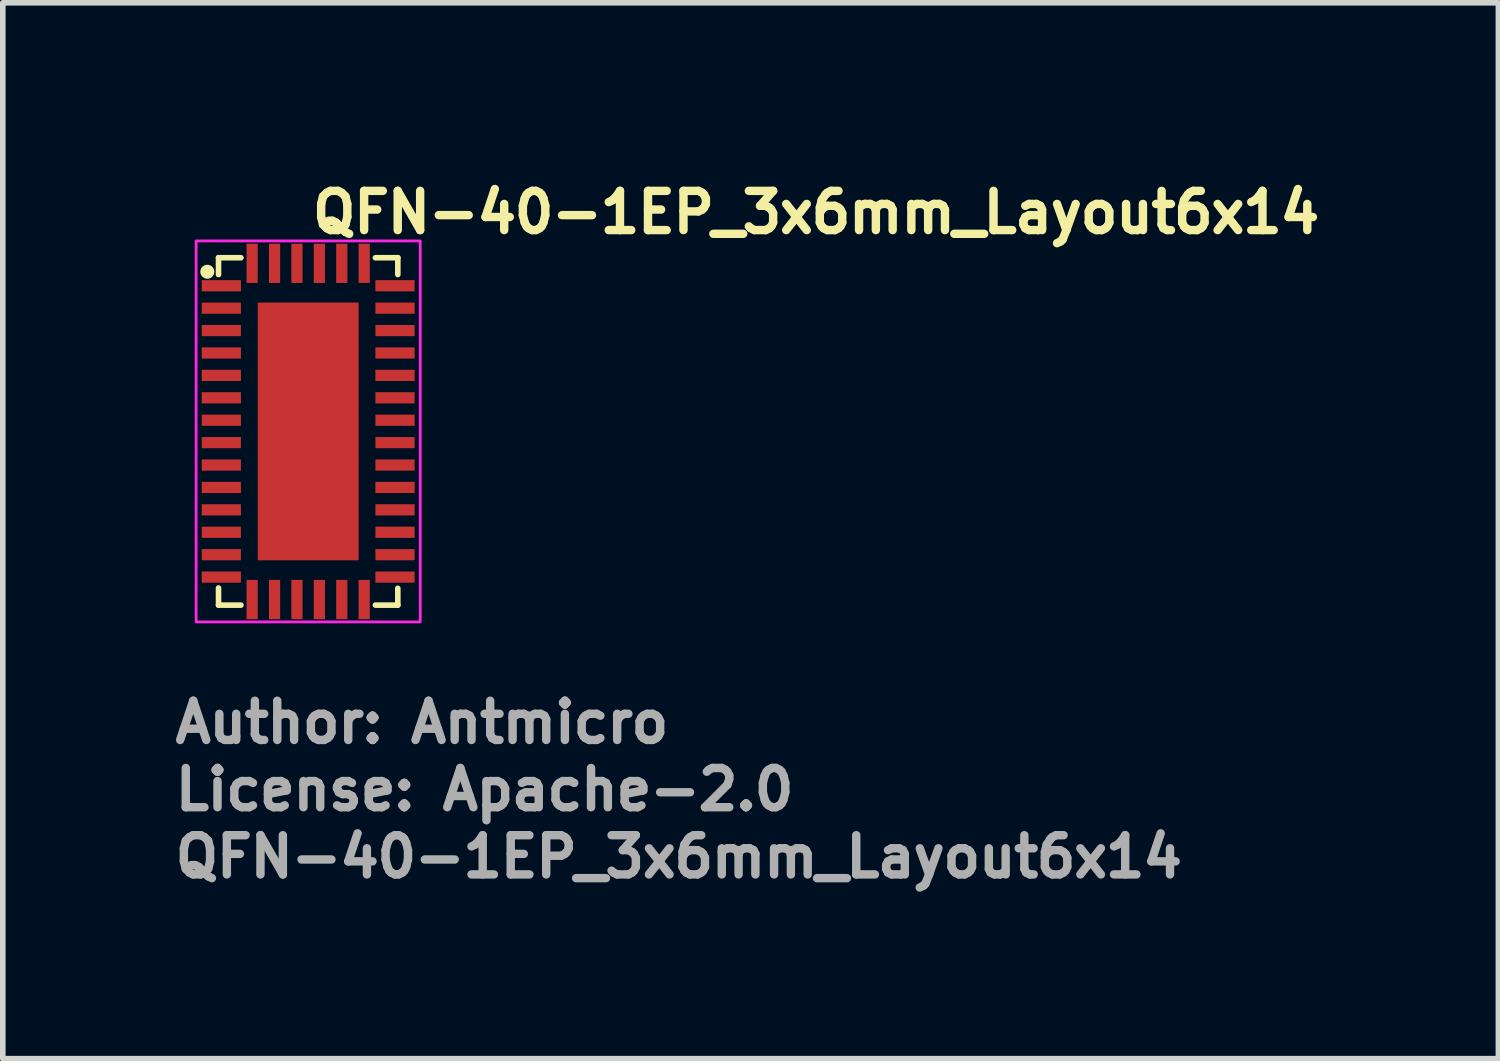
<source format=kicad_pcb>
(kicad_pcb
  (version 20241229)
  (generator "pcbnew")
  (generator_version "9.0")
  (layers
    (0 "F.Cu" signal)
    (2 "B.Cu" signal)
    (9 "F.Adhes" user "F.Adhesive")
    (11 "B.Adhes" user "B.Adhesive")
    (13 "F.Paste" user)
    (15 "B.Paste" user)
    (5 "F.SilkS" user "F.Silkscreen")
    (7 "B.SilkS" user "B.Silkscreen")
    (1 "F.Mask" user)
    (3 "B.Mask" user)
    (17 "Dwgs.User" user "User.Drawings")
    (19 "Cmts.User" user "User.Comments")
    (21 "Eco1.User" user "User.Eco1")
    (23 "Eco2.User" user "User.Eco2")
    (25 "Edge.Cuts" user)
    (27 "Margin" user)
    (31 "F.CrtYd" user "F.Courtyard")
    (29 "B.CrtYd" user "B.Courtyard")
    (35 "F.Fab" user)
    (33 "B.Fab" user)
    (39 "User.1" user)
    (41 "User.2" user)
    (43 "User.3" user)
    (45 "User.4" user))
  (footprint "QFN-40-1EP_3x6mm_Layout6x14"
    (layer "F.Cu")
    (at 2.45 4.65)
    (property "Reference" "QFN-40-1EP_3x6mm_Layout6x14" (at 0 -3.5 0) (layer "F.SilkS") (effects (font (size 0.7 0.7) (thickness 0.15)) (justify left bottom)))
    (attr smd)
    (fp_line (start -1.6 -3.1) (end -1.2 -3.1) (stroke (width 0.1) (type default)) (layer "F.SilkS"))
    (fp_line (start -1.6 -2.8) (end -1.6 -3.1) (stroke (width 0.1) (type default)) (layer "F.SilkS"))
    (fp_line (start -1.6 3.1) (end -1.6 2.794) (stroke (width 0.1) (type default)) (layer "F.SilkS"))
    (fp_line (start -1.2 3.1) (end -1.6 3.1) (stroke (width 0.1) (type default)) (layer "F.SilkS"))
    (fp_line (start 1.2 -3.1) (end 1.6 -3.1) (stroke (width 0.1) (type default)) (layer "F.SilkS"))
    (fp_line (start 1.6 -3.1) (end 1.6 -2.8) (stroke (width 0.1) (type default)) (layer "F.SilkS"))
    (fp_line (start 1.6 2.8) (end 1.6 3.1) (stroke (width 0.1) (type default)) (layer "F.SilkS"))
    (fp_line (start 1.6 3.1) (end 1.2 3.1) (stroke (width 0.1) (type default)) (layer "F.SilkS"))
    (fp_circle (center -1.8 -2.85) (end -1.75 -2.85) (stroke (width 0.15) (type solid)) (fill yes) (layer "F.SilkS"))
    (fp_rect (start -2 -3.4) (end 2 3.4) (stroke (width 0.05) (type solid)) (fill no) (layer "F.CrtYd"))
    (fp_rect (start -1.55 -3.05) (end 1.55 3.05) (stroke (width 0.1) (type solid)) (fill no) (layer "User.5"))
    (fp_line (start -1.55 -2.7) (end -1.5 -2.7) (stroke (width 0.02) (type solid)) (layer "User.9"))
    (fp_line (start -1.55 -2.5) (end -1.55 -2.7) (stroke (width 0.02) (type solid)) (layer "User.9"))
    (fp_line (start -1.55 -2.5) (end -1.5 -2.5) (stroke (width 0.02) (type solid)) (layer "User.9"))
    (fp_line (start -1.55 -2.3) (end -1.5 -2.3) (stroke (width 0.02) (type solid)) (layer "User.9"))
    (fp_line (start -1.55 -2.1) (end -1.55 -2.3) (stroke (width 0.02) (type solid)) (layer "User.9"))
    (fp_line (start -1.55 -2.1) (end -1.5 -2.1) (stroke (width 0.02) (type solid)) (layer "User.9"))
    (fp_line (start -1.55 -1.9) (end -1.5 -1.9) (stroke (width 0.02) (type solid)) (layer "User.9"))
    (fp_line (start -1.55 -1.7) (end -1.55 -1.9) (stroke (width 0.02) (type solid)) (layer "User.9"))
    (fp_line (start -1.55 -1.7) (end -1.5 -1.7) (stroke (width 0.02) (type solid)) (layer "User.9"))
    (fp_line (start -1.55 -1.5) (end -1.5 -1.5) (stroke (width 0.02) (type solid)) (layer "User.9"))
    (fp_line (start -1.55 -1.3) (end -1.55 -1.5) (stroke (width 0.02) (type solid)) (layer "User.9"))
    (fp_line (start -1.55 -1.3) (end -1.5 -1.3) (stroke (width 0.02) (type solid)) (layer "User.9"))
    (fp_line (start -1.55 -1.1) (end -1.5 -1.1) (stroke (width 0.02) (type solid)) (layer "User.9"))
    (fp_line (start -1.55 -0.9) (end -1.55 -1.1) (stroke (width 0.02) (type solid)) (layer "User.9"))
    (fp_line (start -1.55 -0.9) (end -1.5 -0.9) (stroke (width 0.02) (type solid)) (layer "User.9"))
    (fp_line (start -1.55 -0.7) (end -1.5 -0.7) (stroke (width 0.02) (type solid)) (layer "User.9"))
    (fp_line (start -1.55 -0.5) (end -1.55 -0.7) (stroke (width 0.02) (type solid)) (layer "User.9"))
    (fp_line (start -1.55 -0.5) (end -1.5 -0.5) (stroke (width 0.02) (type solid)) (layer "User.9"))
    (fp_line (start -1.55 -0.3) (end -1.5 -0.3) (stroke (width 0.02) (type solid)) (layer "User.9"))
    (fp_line (start -1.55 -0.1) (end -1.55 -0.3) (stroke (width 0.02) (type solid)) (layer "User.9"))
    (fp_line (start -1.55 -0.1) (end -1.5 -0.1) (stroke (width 0.02) (type solid)) (layer "User.9"))
    (fp_line (start -1.55 0.1) (end -1.5 0.1) (stroke (width 0.02) (type solid)) (layer "User.9"))
    (fp_line (start -1.55 0.3) (end -1.55 0.1) (stroke (width 0.02) (type solid)) (layer "User.9"))
    (fp_line (start -1.55 0.3) (end -1.5 0.3) (stroke (width 0.02) (type solid)) (layer "User.9"))
    (fp_line (start -1.55 0.5) (end -1.5 0.5) (stroke (width 0.02) (type solid)) (layer "User.9"))
    (fp_line (start -1.55 0.7) (end -1.55 0.5) (stroke (width 0.02) (type solid)) (layer "User.9"))
    (fp_line (start -1.55 0.7) (end -1.5 0.7) (stroke (width 0.02) (type solid)) (layer "User.9"))
    (fp_line (start -1.55 0.9) (end -1.5 0.9) (stroke (width 0.02) (type solid)) (layer "User.9"))
    (fp_line (start -1.55 1.1) (end -1.55 0.9) (stroke (width 0.02) (type solid)) (layer "User.9"))
    (fp_line (start -1.55 1.1) (end -1.5 1.1) (stroke (width 0.02) (type solid)) (layer "User.9"))
    (fp_line (start -1.55 1.3) (end -1.5 1.3) (stroke (width 0.02) (type solid)) (layer "User.9"))
    (fp_line (start -1.55 1.5) (end -1.55 1.3) (stroke (width 0.02) (type solid)) (layer "User.9"))
    (fp_line (start -1.55 1.5) (end -1.5 1.5) (stroke (width 0.02) (type solid)) (layer "User.9"))
    (fp_line (start -1.55 1.7) (end -1.5 1.7) (stroke (width 0.02) (type solid)) (layer "User.9"))
    (fp_line (start -1.55 1.9) (end -1.55 1.7) (stroke (width 0.02) (type solid)) (layer "User.9"))
    (fp_line (start -1.55 1.9) (end -1.5 1.9) (stroke (width 0.02) (type solid)) (layer "User.9"))
    (fp_line (start -1.55 2.1) (end -1.5 2.1) (stroke (width 0.02) (type solid)) (layer "User.9"))
    (fp_line (start -1.55 2.3) (end -1.55 2.1) (stroke (width 0.02) (type solid)) (layer "User.9"))
    (fp_line (start -1.55 2.3) (end -1.5 2.3) (stroke (width 0.02) (type solid)) (layer "User.9"))
    (fp_line (start -1.55 2.5) (end -1.5 2.5) (stroke (width 0.02) (type solid)) (layer "User.9"))
    (fp_line (start -1.55 2.7) (end -1.55 2.5) (stroke (width 0.02) (type solid)) (layer "User.9"))
    (fp_line (start -1.55 2.7) (end -1.5 2.7) (stroke (width 0.02) (type solid)) (layer "User.9"))
    (fp_line (start -1.5 -3) (end 1.5 -3) (stroke (width 0.02) (type solid)) (layer "User.9"))
    (fp_line (start -1.5 3) (end -1.5 -3) (stroke (width 0.02) (type solid)) (layer "User.9"))
    (fp_line (start -1.5 3) (end 1.5 3) (stroke (width 0.02) (type solid)) (layer "User.9"))
    (fp_line (start -1.312 -2.644) (end -1.312 -2.635) (stroke (width 0.02) (type solid)) (layer "User.9"))
    (fp_line (start -1.312 -2.635) (end -1.312 -2.625) (stroke (width 0.02) (type solid)) (layer "User.9"))
    (fp_line (start -1.312 -2.625) (end -1.312 -2.615) (stroke (width 0.02) (type solid)) (layer "User.9"))
    (fp_line (start -1.312 -2.615) (end -1.312 -2.606) (stroke (width 0.02) (type solid)) (layer "User.9"))
    (fp_line (start -1.312 -2.606) (end -1.31 -2.596) (stroke (width 0.02) (type solid)) (layer "User.9"))
    (fp_line (start -1.31 -2.654) (end -1.312 -2.644) (stroke (width 0.02) (type solid)) (layer "User.9"))
    (fp_line (start -1.31 -2.596) (end -1.309 -2.587) (stroke (width 0.02) (type solid)) (layer "User.9"))
    (fp_line (start -1.309 -2.663) (end -1.31 -2.654) (stroke (width 0.02) (type solid)) (layer "User.9"))
    (fp_line (start -1.309 -2.587) (end -1.307 -2.578) (stroke (width 0.02) (type solid)) (layer "User.9"))
    (fp_line (start -1.307 -2.672) (end -1.309 -2.663) (stroke (width 0.02) (type solid)) (layer "User.9"))
    (fp_line (start -1.307 -2.578) (end -1.304 -2.569) (stroke (width 0.02) (type solid)) (layer "User.9"))
    (fp_line (start -1.304 -2.681) (end -1.307 -2.672) (stroke (width 0.02) (type solid)) (layer "User.9"))
    (fp_line (start -1.304 -2.569) (end -1.301 -2.561) (stroke (width 0.02) (type solid)) (layer "User.9"))
    (fp_line (start -1.301 -2.689) (end -1.304 -2.681) (stroke (width 0.02) (type solid)) (layer "User.9"))
    (fp_line (start -1.301 -2.561) (end -1.298 -2.552) (stroke (width 0.02) (type solid)) (layer "User.9"))
    (fp_line (start -1.298 -2.698) (end -1.301 -2.689) (stroke (width 0.02) (type solid)) (layer "User.9"))
    (fp_line (start -1.298 -2.552) (end -1.294 -2.544) (stroke (width 0.02) (type solid)) (layer "User.9"))
    (fp_line (start -1.294 -2.706) (end -1.298 -2.698) (stroke (width 0.02) (type solid)) (layer "User.9"))
    (fp_line (start -1.294 -2.544) (end -1.29 -2.536) (stroke (width 0.02) (type solid)) (layer "User.9"))
    (fp_line (start -1.29 -2.714) (end -1.294 -2.706) (stroke (width 0.02) (type solid)) (layer "User.9"))
    (fp_line (start -1.29 -2.536) (end -1.285 -2.528) (stroke (width 0.02) (type solid)) (layer "User.9"))
    (fp_line (start -1.285 -2.722) (end -1.29 -2.714) (stroke (width 0.02) (type solid)) (layer "User.9"))
    (fp_line (start -1.285 -2.528) (end -1.28 -2.52) (stroke (width 0.02) (type solid)) (layer "User.9"))
    (fp_line (start -1.28 -2.73) (end -1.285 -2.722) (stroke (width 0.02) (type solid)) (layer "User.9"))
    (fp_line (start -1.28 -2.52) (end -1.275 -2.513) (stroke (width 0.02) (type solid)) (layer "User.9"))
    (fp_line (start -1.275 -2.737) (end -1.28 -2.73) (stroke (width 0.02) (type solid)) (layer "User.9"))
    (fp_line (start -1.275 -2.513) (end -1.27 -2.506) (stroke (width 0.02) (type solid)) (layer "User.9"))
    (fp_line (start -1.27 -2.744) (end -1.275 -2.737) (stroke (width 0.02) (type solid)) (layer "User.9"))
    (fp_line (start -1.27 -2.506) (end -1.264 -2.499) (stroke (width 0.02) (type solid)) (layer "User.9"))
    (fp_line (start -1.264 -2.751) (end -1.27 -2.744) (stroke (width 0.02) (type solid)) (layer "User.9"))
    (fp_line (start -1.264 -2.499) (end -1.258 -2.492) (stroke (width 0.02) (type solid)) (layer "User.9"))
    (fp_line (start -1.258 -2.758) (end -1.264 -2.751) (stroke (width 0.02) (type solid)) (layer "User.9"))
    (fp_line (start -1.258 -2.492) (end -1.251 -2.486) (stroke (width 0.02) (type solid)) (layer "User.9"))
    (fp_line (start -1.251 -2.764) (end -1.258 -2.758) (stroke (width 0.02) (type solid)) (layer "User.9"))
    (fp_line (start -1.251 -2.486) (end -1.244 -2.48) (stroke (width 0.02) (type solid)) (layer "User.9"))
    (fp_line (start -1.244 -2.77) (end -1.251 -2.764) (stroke (width 0.02) (type solid)) (layer "User.9"))
    (fp_line (start -1.244 -2.48) (end -1.237 -2.475) (stroke (width 0.02) (type solid)) (layer "User.9"))
    (fp_line (start -1.237 -2.775) (end -1.244 -2.77) (stroke (width 0.02) (type solid)) (layer "User.9"))
    (fp_line (start -1.237 -2.475) (end -1.23 -2.47) (stroke (width 0.02) (type solid)) (layer "User.9"))
    (fp_line (start -1.23 -2.78) (end -1.237 -2.775) (stroke (width 0.02) (type solid)) (layer "User.9"))
    (fp_line (start -1.23 -2.47) (end -1.222 -2.465) (stroke (width 0.02) (type solid)) (layer "User.9"))
    (fp_line (start -1.222 -2.785) (end -1.23 -2.78) (stroke (width 0.02) (type solid)) (layer "User.9"))
    (fp_line (start -1.222 -2.465) (end -1.214 -2.46) (stroke (width 0.02) (type solid)) (layer "User.9"))
    (fp_line (start -1.214 -2.79) (end -1.222 -2.785) (stroke (width 0.02) (type solid)) (layer "User.9"))
    (fp_line (start -1.214 -2.46) (end -1.206 -2.456) (stroke (width 0.02) (type solid)) (layer "User.9"))
    (fp_line (start -1.206 -2.794) (end -1.214 -2.79) (stroke (width 0.02) (type solid)) (layer "User.9"))
    (fp_line (start -1.206 -2.456) (end -1.198 -2.452) (stroke (width 0.02) (type solid)) (layer "User.9"))
    (fp_line (start -1.198 -2.798) (end -1.206 -2.794) (stroke (width 0.02) (type solid)) (layer "User.9"))
    (fp_line (start -1.198 -2.452) (end -1.189 -2.449) (stroke (width 0.02) (type solid)) (layer "User.9"))
    (fp_line (start -1.189 -2.801) (end -1.198 -2.798) (stroke (width 0.02) (type solid)) (layer "User.9"))
    (fp_line (start -1.189 -2.449) (end -1.181 -2.446) (stroke (width 0.02) (type solid)) (layer "User.9"))
    (fp_line (start -1.181 -2.804) (end -1.189 -2.801) (stroke (width 0.02) (type solid)) (layer "User.9"))
    (fp_line (start -1.181 -2.446) (end -1.172 -2.443) (stroke (width 0.02) (type solid)) (layer "User.9"))
    (fp_line (start -1.172 -2.807) (end -1.181 -2.804) (stroke (width 0.02) (type solid)) (layer "User.9"))
    (fp_line (start -1.172 -2.443) (end -1.163 -2.441) (stroke (width 0.02) (type solid)) (layer "User.9"))
    (fp_line (start -1.163 -2.809) (end -1.172 -2.807) (stroke (width 0.02) (type solid)) (layer "User.9"))
    (fp_line (start -1.163 -2.441) (end -1.154 -2.44) (stroke (width 0.02) (type solid)) (layer "User.9"))
    (fp_line (start -1.154 -2.81) (end -1.163 -2.809) (stroke (width 0.02) (type solid)) (layer "User.9"))
    (fp_line (start -1.154 -2.44) (end -1.144 -2.438) (stroke (width 0.02) (type solid)) (layer "User.9"))
    (fp_line (start -1.144 -2.812) (end -1.154 -2.81) (stroke (width 0.02) (type solid)) (layer "User.9"))
    (fp_line (start -1.144 -2.438) (end -1.135 -2.438) (stroke (width 0.02) (type solid)) (layer "User.9"))
    (fp_line (start -1.135 -2.812) (end -1.144 -2.812) (stroke (width 0.02) (type solid)) (layer "User.9"))
    (fp_line (start -1.135 -2.438) (end -1.125 -2.438) (stroke (width 0.02) (type solid)) (layer "User.9"))
    (fp_line (start -1.125 -2.812) (end -1.135 -2.812) (stroke (width 0.02) (type solid)) (layer "User.9"))
    (fp_line (start -1.125 -2.438) (end -1.115 -2.438) (stroke (width 0.02) (type solid)) (layer "User.9"))
    (fp_line (start -1.115 -2.812) (end -1.125 -2.812) (stroke (width 0.02) (type solid)) (layer "User.9"))
    (fp_line (start -1.115 -2.438) (end -1.106 -2.438) (stroke (width 0.02) (type solid)) (layer "User.9"))
    (fp_line (start -1.106 -2.812) (end -1.115 -2.812) (stroke (width 0.02) (type solid)) (layer "User.9"))
    (fp_line (start -1.106 -2.438) (end -1.096 -2.44) (stroke (width 0.02) (type solid)) (layer "User.9"))
    (fp_line (start -1.1 -3.05) (end -1.1 -3) (stroke (width 0.02) (type solid)) (layer "User.9"))
    (fp_line (start -1.1 -3.05) (end -0.9 -3.05) (stroke (width 0.02) (type solid)) (layer "User.9"))
    (fp_line (start -1.1 3.05) (end -1.1 3) (stroke (width 0.02) (type solid)) (layer "User.9"))
    (fp_line (start -1.1 3.05) (end -0.9 3.05) (stroke (width 0.02) (type solid)) (layer "User.9"))
    (fp_line (start -1.096 -2.81) (end -1.106 -2.812) (stroke (width 0.02) (type solid)) (layer "User.9"))
    (fp_line (start -1.096 -2.44) (end -1.087 -2.441) (stroke (width 0.02) (type solid)) (layer "User.9"))
    (fp_line (start -1.087 -2.809) (end -1.096 -2.81) (stroke (width 0.02) (type solid)) (layer "User.9"))
    (fp_line (start -1.087 -2.441) (end -1.078 -2.443) (stroke (width 0.02) (type solid)) (layer "User.9"))
    (fp_line (start -1.078 -2.807) (end -1.087 -2.809) (stroke (width 0.02) (type solid)) (layer "User.9"))
    (fp_line (start -1.078 -2.443) (end -1.069 -2.446) (stroke (width 0.02) (type solid)) (layer "User.9"))
    (fp_line (start -1.069 -2.804) (end -1.078 -2.807) (stroke (width 0.02) (type solid)) (layer "User.9"))
    (fp_line (start -1.069 -2.446) (end -1.061 -2.449) (stroke (width 0.02) (type solid)) (layer "User.9"))
    (fp_line (start -1.061 -2.801) (end -1.069 -2.804) (stroke (width 0.02) (type solid)) (layer "User.9"))
    (fp_line (start -1.061 -2.449) (end -1.052 -2.452) (stroke (width 0.02) (type solid)) (layer "User.9"))
    (fp_line (start -1.052 -2.798) (end -1.061 -2.801) (stroke (width 0.02) (type solid)) (layer "User.9"))
    (fp_line (start -1.052 -2.452) (end -1.044 -2.456) (stroke (width 0.02) (type solid)) (layer "User.9"))
    (fp_line (start -1.044 -2.794) (end -1.052 -2.798) (stroke (width 0.02) (type solid)) (layer "User.9"))
    (fp_line (start -1.044 -2.456) (end -1.036 -2.46) (stroke (width 0.02) (type solid)) (layer "User.9"))
    (fp_line (start -1.036 -2.79) (end -1.044 -2.794) (stroke (width 0.02) (type solid)) (layer "User.9"))
    (fp_line (start -1.036 -2.46) (end -1.028 -2.465) (stroke (width 0.02) (type solid)) (layer "User.9"))
    (fp_line (start -1.028 -2.785) (end -1.036 -2.79) (stroke (width 0.02) (type solid)) (layer "User.9"))
    (fp_line (start -1.028 -2.465) (end -1.02 -2.47) (stroke (width 0.02) (type solid)) (layer "User.9"))
    (fp_line (start -1.02 -2.78) (end -1.028 -2.785) (stroke (width 0.02) (type solid)) (layer "User.9"))
    (fp_line (start -1.02 -2.47) (end -1.013 -2.475) (stroke (width 0.02) (type solid)) (layer "User.9"))
    (fp_line (start -1.013 -2.775) (end -1.02 -2.78) (stroke (width 0.02) (type solid)) (layer "User.9"))
    (fp_line (start -1.013 -2.475) (end -1.006 -2.48) (stroke (width 0.02) (type solid)) (layer "User.9"))
    (fp_line (start -1.006 -2.77) (end -1.013 -2.775) (stroke (width 0.02) (type solid)) (layer "User.9"))
    (fp_line (start -1.006 -2.48) (end -0.999 -2.486) (stroke (width 0.02) (type solid)) (layer "User.9"))
    (fp_line (start -0.999 -2.764) (end -1.006 -2.77) (stroke (width 0.02) (type solid)) (layer "User.9"))
    (fp_line (start -0.999 -2.486) (end -0.992 -2.492) (stroke (width 0.02) (type solid)) (layer "User.9"))
    (fp_line (start -0.992 -2.758) (end -0.999 -2.764) (stroke (width 0.02) (type solid)) (layer "User.9"))
    (fp_line (start -0.992 -2.492) (end -0.986 -2.499) (stroke (width 0.02) (type solid)) (layer "User.9"))
    (fp_line (start -0.986 -2.751) (end -0.992 -2.758) (stroke (width 0.02) (type solid)) (layer "User.9"))
    (fp_line (start -0.986 -2.499) (end -0.98 -2.506) (stroke (width 0.02) (type solid)) (layer "User.9"))
    (fp_line (start -0.98 -2.744) (end -0.986 -2.751) (stroke (width 0.02) (type solid)) (layer "User.9"))
    (fp_line (start -0.98 -2.506) (end -0.975 -2.513) (stroke (width 0.02) (type solid)) (layer "User.9"))
    (fp_line (start -0.975 -2.737) (end -0.98 -2.744) (stroke (width 0.02) (type solid)) (layer "User.9"))
    (fp_line (start -0.975 -2.513) (end -0.97 -2.52) (stroke (width 0.02) (type solid)) (layer "User.9"))
    (fp_line (start -0.97 -2.73) (end -0.975 -2.737) (stroke (width 0.02) (type solid)) (layer "User.9"))
    (fp_line (start -0.97 -2.52) (end -0.965 -2.528) (stroke (width 0.02) (type solid)) (layer "User.9"))
    (fp_line (start -0.965 -2.722) (end -0.97 -2.73) (stroke (width 0.02) (type solid)) (layer "User.9"))
    (fp_line (start -0.965 -2.528) (end -0.96 -2.536) (stroke (width 0.02) (type solid)) (layer "User.9"))
    (fp_line (start -0.96 -2.714) (end -0.965 -2.722) (stroke (width 0.02) (type solid)) (layer "User.9"))
    (fp_line (start -0.96 -2.536) (end -0.956 -2.544) (stroke (width 0.02) (type solid)) (layer "User.9"))
    (fp_line (start -0.956 -2.706) (end -0.96 -2.714) (stroke (width 0.02) (type solid)) (layer "User.9"))
    (fp_line (start -0.956 -2.544) (end -0.952 -2.552) (stroke (width 0.02) (type solid)) (layer "User.9"))
    (fp_line (start -0.952 -2.698) (end -0.956 -2.706) (stroke (width 0.02) (type solid)) (layer "User.9"))
    (fp_line (start -0.952 -2.552) (end -0.949 -2.561) (stroke (width 0.02) (type solid)) (layer "User.9"))
    (fp_line (start -0.949 -2.689) (end -0.952 -2.698) (stroke (width 0.02) (type solid)) (layer "User.9"))
    (fp_line (start -0.949 -2.561) (end -0.946 -2.569) (stroke (width 0.02) (type solid)) (layer "User.9"))
    (fp_line (start -0.946 -2.681) (end -0.949 -2.689) (stroke (width 0.02) (type solid)) (layer "User.9"))
    (fp_line (start -0.946 -2.569) (end -0.943 -2.578) (stroke (width 0.02) (type solid)) (layer "User.9"))
    (fp_line (start -0.943 -2.672) (end -0.946 -2.681) (stroke (width 0.02) (type solid)) (layer "User.9"))
    (fp_line (start -0.943 -2.578) (end -0.941 -2.587) (stroke (width 0.02) (type solid)) (layer "User.9"))
    (fp_line (start -0.941 -2.663) (end -0.943 -2.672) (stroke (width 0.02) (type solid)) (layer "User.9"))
    (fp_line (start -0.941 -2.587) (end -0.94 -2.596) (stroke (width 0.02) (type solid)) (layer "User.9"))
    (fp_line (start -0.94 -2.654) (end -0.941 -2.663) (stroke (width 0.02) (type solid)) (layer "User.9"))
    (fp_line (start -0.94 -2.596) (end -0.938 -2.606) (stroke (width 0.02) (type solid)) (layer "User.9"))
    (fp_line (start -0.938 -2.644) (end -0.94 -2.654) (stroke (width 0.02) (type solid)) (layer "User.9"))
    (fp_line (start -0.938 -2.635) (end -0.938 -2.644) (stroke (width 0.02) (type solid)) (layer "User.9"))
    (fp_line (start -0.938 -2.625) (end -0.938 -2.635) (stroke (width 0.02) (type solid)) (layer "User.9"))
    (fp_line (start -0.938 -2.615) (end -0.938 -2.625) (stroke (width 0.02) (type solid)) (layer "User.9"))
    (fp_line (start -0.938 -2.606) (end -0.938 -2.615) (stroke (width 0.02) (type solid)) (layer "User.9"))
    (fp_line (start -0.9 -3.05) (end -0.9 -3) (stroke (width 0.02) (type solid)) (layer "User.9"))
    (fp_line (start -0.9 3.05) (end -0.9 3) (stroke (width 0.02) (type solid)) (layer "User.9"))
    (fp_line (start -0.7 -3.05) (end -0.7 -3) (stroke (width 0.02) (type solid)) (layer "User.9"))
    (fp_line (start -0.7 -3.05) (end -0.5 -3.05) (stroke (width 0.02) (type solid)) (layer "User.9"))
    (fp_line (start -0.7 3.05) (end -0.7 3) (stroke (width 0.02) (type solid)) (layer "User.9"))
    (fp_line (start -0.7 3.05) (end -0.5 3.05) (stroke (width 0.02) (type solid)) (layer "User.9"))
    (fp_line (start -0.5 -3.05) (end -0.5 -3) (stroke (width 0.02) (type solid)) (layer "User.9"))
    (fp_line (start -0.5 3.05) (end -0.5 3) (stroke (width 0.02) (type solid)) (layer "User.9"))
    (fp_line (start -0.3 -3.05) (end -0.3 -3) (stroke (width 0.02) (type solid)) (layer "User.9"))
    (fp_line (start -0.3 -3.05) (end -0.1 -3.05) (stroke (width 0.02) (type solid)) (layer "User.9"))
    (fp_line (start -0.3 3.05) (end -0.3 3) (stroke (width 0.02) (type solid)) (layer "User.9"))
    (fp_line (start -0.3 3.05) (end -0.1 3.05) (stroke (width 0.02) (type solid)) (layer "User.9"))
    (fp_line (start -0.1 -3.05) (end -0.1 -3) (stroke (width 0.02) (type solid)) (layer "User.9"))
    (fp_line (start -0.1 3.05) (end -0.1 3) (stroke (width 0.02) (type solid)) (layer "User.9"))
    (fp_line (start 0.1 -3.05) (end 0.1 -3) (stroke (width 0.02) (type solid)) (layer "User.9"))
    (fp_line (start 0.1 -3.05) (end 0.3 -3.05) (stroke (width 0.02) (type solid)) (layer "User.9"))
    (fp_line (start 0.1 3.05) (end 0.1 3) (stroke (width 0.02) (type solid)) (layer "User.9"))
    (fp_line (start 0.1 3.05) (end 0.3 3.05) (stroke (width 0.02) (type solid)) (layer "User.9"))
    (fp_line (start 0.3 -3.05) (end 0.3 -3) (stroke (width 0.02) (type solid)) (layer "User.9"))
    (fp_line (start 0.3 3.05) (end 0.3 3) (stroke (width 0.02) (type solid)) (layer "User.9"))
    (fp_line (start 0.5 -3.05) (end 0.5 -3) (stroke (width 0.02) (type solid)) (layer "User.9"))
    (fp_line (start 0.5 -3.05) (end 0.7 -3.05) (stroke (width 0.02) (type solid)) (layer "User.9"))
    (fp_line (start 0.5 3.05) (end 0.5 3) (stroke (width 0.02) (type solid)) (layer "User.9"))
    (fp_line (start 0.5 3.05) (end 0.7 3.05) (stroke (width 0.02) (type solid)) (layer "User.9"))
    (fp_line (start 0.7 -3.05) (end 0.7 -3) (stroke (width 0.02) (type solid)) (layer "User.9"))
    (fp_line (start 0.7 3.05) (end 0.7 3) (stroke (width 0.02) (type solid)) (layer "User.9"))
    (fp_line (start 0.9 -3.05) (end 0.9 -3) (stroke (width 0.02) (type solid)) (layer "User.9"))
    (fp_line (start 0.9 -3.05) (end 1.1 -3.05) (stroke (width 0.02) (type solid)) (layer "User.9"))
    (fp_line (start 0.9 3.05) (end 0.9 3) (stroke (width 0.02) (type solid)) (layer "User.9"))
    (fp_line (start 0.9 3.05) (end 1.1 3.05) (stroke (width 0.02) (type solid)) (layer "User.9"))
    (fp_line (start 1.1 -3.05) (end 1.1 -3) (stroke (width 0.02) (type solid)) (layer "User.9"))
    (fp_line (start 1.1 3.05) (end 1.1 3) (stroke (width 0.02) (type solid)) (layer "User.9"))
    (fp_line (start 1.5 3) (end 1.5 -3) (stroke (width 0.02) (type solid)) (layer "User.9"))
    (fp_line (start 1.55 -2.7) (end 1.5 -2.7) (stroke (width 0.02) (type solid)) (layer "User.9"))
    (fp_line (start 1.55 -2.5) (end 1.5 -2.5) (stroke (width 0.02) (type solid)) (layer "User.9"))
    (fp_line (start 1.55 -2.5) (end 1.55 -2.7) (stroke (width 0.02) (type solid)) (layer "User.9"))
    (fp_line (start 1.55 -2.3) (end 1.5 -2.3) (stroke (width 0.02) (type solid)) (layer "User.9"))
    (fp_line (start 1.55 -2.1) (end 1.5 -2.1) (stroke (width 0.02) (type solid)) (layer "User.9"))
    (fp_line (start 1.55 -2.1) (end 1.55 -2.3) (stroke (width 0.02) (type solid)) (layer "User.9"))
    (fp_line (start 1.55 -1.9) (end 1.5 -1.9) (stroke (width 0.02) (type solid)) (layer "User.9"))
    (fp_line (start 1.55 -1.7) (end 1.5 -1.7) (stroke (width 0.02) (type solid)) (layer "User.9"))
    (fp_line (start 1.55 -1.7) (end 1.55 -1.9) (stroke (width 0.02) (type solid)) (layer "User.9"))
    (fp_line (start 1.55 -1.5) (end 1.5 -1.5) (stroke (width 0.02) (type solid)) (layer "User.9"))
    (fp_line (start 1.55 -1.3) (end 1.5 -1.3) (stroke (width 0.02) (type solid)) (layer "User.9"))
    (fp_line (start 1.55 -1.3) (end 1.55 -1.5) (stroke (width 0.02) (type solid)) (layer "User.9"))
    (fp_line (start 1.55 -1.1) (end 1.5 -1.1) (stroke (width 0.02) (type solid)) (layer "User.9"))
    (fp_line (start 1.55 -0.9) (end 1.5 -0.9) (stroke (width 0.02) (type solid)) (layer "User.9"))
    (fp_line (start 1.55 -0.9) (end 1.55 -1.1) (stroke (width 0.02) (type solid)) (layer "User.9"))
    (fp_line (start 1.55 -0.7) (end 1.5 -0.7) (stroke (width 0.02) (type solid)) (layer "User.9"))
    (fp_line (start 1.55 -0.5) (end 1.5 -0.5) (stroke (width 0.02) (type solid)) (layer "User.9"))
    (fp_line (start 1.55 -0.5) (end 1.55 -0.7) (stroke (width 0.02) (type solid)) (layer "User.9"))
    (fp_line (start 1.55 -0.3) (end 1.5 -0.3) (stroke (width 0.02) (type solid)) (layer "User.9"))
    (fp_line (start 1.55 -0.1) (end 1.5 -0.1) (stroke (width 0.02) (type solid)) (layer "User.9"))
    (fp_line (start 1.55 -0.1) (end 1.55 -0.3) (stroke (width 0.02) (type solid)) (layer "User.9"))
    (fp_line (start 1.55 0.1) (end 1.5 0.1) (stroke (width 0.02) (type solid)) (layer "User.9"))
    (fp_line (start 1.55 0.3) (end 1.5 0.3) (stroke (width 0.02) (type solid)) (layer "User.9"))
    (fp_line (start 1.55 0.3) (end 1.55 0.1) (stroke (width 0.02) (type solid)) (layer "User.9"))
    (fp_line (start 1.55 0.5) (end 1.5 0.5) (stroke (width 0.02) (type solid)) (layer "User.9"))
    (fp_line (start 1.55 0.7) (end 1.5 0.7) (stroke (width 0.02) (type solid)) (layer "User.9"))
    (fp_line (start 1.55 0.7) (end 1.55 0.5) (stroke (width 0.02) (type solid)) (layer "User.9"))
    (fp_line (start 1.55 0.9) (end 1.5 0.9) (stroke (width 0.02) (type solid)) (layer "User.9"))
    (fp_line (start 1.55 1.1) (end 1.5 1.1) (stroke (width 0.02) (type solid)) (layer "User.9"))
    (fp_line (start 1.55 1.1) (end 1.55 0.9) (stroke (width 0.02) (type solid)) (layer "User.9"))
    (fp_line (start 1.55 1.3) (end 1.5 1.3) (stroke (width 0.02) (type solid)) (layer "User.9"))
    (fp_line (start 1.55 1.5) (end 1.5 1.5) (stroke (width 0.02) (type solid)) (layer "User.9"))
    (fp_line (start 1.55 1.5) (end 1.55 1.3) (stroke (width 0.02) (type solid)) (layer "User.9"))
    (fp_line (start 1.55 1.7) (end 1.5 1.7) (stroke (width 0.02) (type solid)) (layer "User.9"))
    (fp_line (start 1.55 1.9) (end 1.5 1.9) (stroke (width 0.02) (type solid)) (layer "User.9"))
    (fp_line (start 1.55 1.9) (end 1.55 1.7) (stroke (width 0.02) (type solid)) (layer "User.9"))
    (fp_line (start 1.55 2.1) (end 1.5 2.1) (stroke (width 0.02) (type solid)) (layer "User.9"))
    (fp_line (start 1.55 2.3) (end 1.5 2.3) (stroke (width 0.02) (type solid)) (layer "User.9"))
    (fp_line (start 1.55 2.3) (end 1.55 2.1) (stroke (width 0.02) (type solid)) (layer "User.9"))
    (fp_line (start 1.55 2.5) (end 1.5 2.5) (stroke (width 0.02) (type solid)) (layer "User.9"))
    (fp_line (start 1.55 2.7) (end 1.5 2.7) (stroke (width 0.02) (type solid)) (layer "User.9"))
    (fp_line (start 1.55 2.7) (end 1.55 2.5) (stroke (width 0.02) (type solid)) (layer "User.9"))
    (fp_text user "Author: Antmicro" (at -2.45 5.6 0) (layer "F.Fab") (effects (font (size 0.7 0.7) (thickness 0.15)) (justify left bottom)))
    (fp_text user "License: Apache-2.0" (at -2.45 6.8 0) (layer "F.Fab") (effects (font (size 0.7 0.7) (thickness 0.15)) (justify left bottom)))
    (fp_text user "${REFERENCE}" (at -2.45 8 0) (layer "F.Fab") (effects (font (size 0.7 0.7) (thickness 0.15)) (justify left bottom)))
    (pad "1" smd rect (at -1.55 -2.6 90) (size 0.2 0.7) (layers "F.Cu" "F.Mask" "F.Paste"))
    (pad "2" smd rect (at -1.55 -2.2 90) (size 0.2 0.7) (layers "F.Cu" "F.Mask" "F.Paste"))
    (pad "3" smd rect (at -1.55 -1.8 90) (size 0.2 0.7) (layers "F.Cu" "F.Mask" "F.Paste"))
    (pad "4" smd rect (at -1.55 -1.4 90) (size 0.2 0.7) (layers "F.Cu" "F.Mask" "F.Paste"))
    (pad "5" smd rect (at -1.55 -1 90) (size 0.2 0.7) (layers "F.Cu" "F.Mask" "F.Paste"))
    (pad "6" smd rect (at -1.55 -0.6 90) (size 0.2 0.7) (layers "F.Cu" "F.Mask" "F.Paste"))
    (pad "7" smd rect (at -1.55 -0.2 90) (size 0.2 0.7) (layers "F.Cu" "F.Mask" "F.Paste"))
    (pad "8" smd rect (at -1.55 0.2 90) (size 0.2 0.7) (layers "F.Cu" "F.Mask" "F.Paste"))
    (pad "9" smd rect (at -1.55 0.6 90) (size 0.2 0.7) (layers "F.Cu" "F.Mask" "F.Paste"))
    (pad "10" smd rect (at -1.55 1 90) (size 0.2 0.7) (layers "F.Cu" "F.Mask" "F.Paste"))
    (pad "11" smd rect (at -1.55 1.4 90) (size 0.2 0.7) (layers "F.Cu" "F.Mask" "F.Paste"))
    (pad "12" smd rect (at -1.55 1.8 90) (size 0.2 0.7) (layers "F.Cu" "F.Mask" "F.Paste"))
    (pad "13" smd rect (at -1.55 2.2 90) (size 0.2 0.7) (layers "F.Cu" "F.Mask" "F.Paste"))
    (pad "14" smd rect (at -1.55 2.6 90) (size 0.2 0.7) (layers "F.Cu" "F.Mask" "F.Paste"))
    (pad "15" smd rect (at -1 3) (size 0.2 0.7) (layers "F.Cu" "F.Mask" "F.Paste"))
    (pad "16" smd rect (at -0.6 3) (size 0.2 0.7) (layers "F.Cu" "F.Mask" "F.Paste"))
    (pad "17" smd rect (at -0.2 3) (size 0.2 0.7) (layers "F.Cu" "F.Mask" "F.Paste"))
    (pad "18" smd rect (at 0.2 3) (size 0.2 0.7) (layers "F.Cu" "F.Mask" "F.Paste"))
    (pad "19" smd rect (at 0.6 3) (size 0.2 0.7) (layers "F.Cu" "F.Mask" "F.Paste"))
    (pad "20" smd rect (at 1 3) (size 0.2 0.7) (layers "F.Cu" "F.Mask" "F.Paste"))
    (pad "21" smd rect (at 1.55 2.6 90) (size 0.2 0.7) (layers "F.Cu" "F.Mask" "F.Paste"))
    (pad "22" smd rect (at 1.55 2.2 90) (size 0.2 0.7) (layers "F.Cu" "F.Mask" "F.Paste"))
    (pad "23" smd rect (at 1.55 1.8 90) (size 0.2 0.7) (layers "F.Cu" "F.Mask" "F.Paste"))
    (pad "24" smd rect (at 1.55 1.4 90) (size 0.2 0.7) (layers "F.Cu" "F.Mask" "F.Paste"))
    (pad "25" smd rect (at 1.55 1 90) (size 0.2 0.7) (layers "F.Cu" "F.Mask" "F.Paste"))
    (pad "26" smd rect (at 1.55 0.6 90) (size 0.2 0.7) (layers "F.Cu" "F.Mask" "F.Paste"))
    (pad "27" smd rect (at 1.55 0.2 90) (size 0.2 0.7) (layers "F.Cu" "F.Mask" "F.Paste"))
    (pad "28" smd rect (at 1.55 -0.2 90) (size 0.2 0.7) (layers "F.Cu" "F.Mask" "F.Paste"))
    (pad "29" smd rect (at 1.55 -0.6 90) (size 0.2 0.7) (layers "F.Cu" "F.Mask" "F.Paste"))
    (pad "30" smd rect (at 1.55 -1 90) (size 0.2 0.7) (layers "F.Cu" "F.Mask" "F.Paste"))
    (pad "31" smd rect (at 1.55 -1.4 90) (size 0.2 0.7) (layers "F.Cu" "F.Mask" "F.Paste"))
    (pad "32" smd rect (at 1.55 -1.8 90) (size 0.2 0.7) (layers "F.Cu" "F.Mask" "F.Paste"))
    (pad "33" smd rect (at 1.55 -2.2 90) (size 0.2 0.7) (layers "F.Cu" "F.Mask" "F.Paste"))
    (pad "34" smd rect (at 1.55 -2.6 90) (size 0.2 0.7) (layers "F.Cu" "F.Mask" "F.Paste"))
    (pad "35" smd rect (at 1 -3) (size 0.2 0.7) (layers "F.Cu" "F.Mask" "F.Paste"))
    (pad "36" smd rect (at 0.6 -3) (size 0.2 0.7) (layers "F.Cu" "F.Mask" "F.Paste"))
    (pad "37" smd rect (at 0.2 -3) (size 0.2 0.7) (layers "F.Cu" "F.Mask" "F.Paste"))
    (pad "38" smd rect (at -0.2 -3) (size 0.2 0.7) (layers "F.Cu" "F.Mask" "F.Paste"))
    (pad "39" smd rect (at -0.6 -3) (size 0.2 0.7) (layers "F.Cu" "F.Mask" "F.Paste"))
    (pad "40" smd rect (at -1 -3) (size 0.2 0.7) (layers "F.Cu" "F.Mask" "F.Paste"))
    (pad "41" smd rect (at 0 0) (size 1.8 4.6) (layers "F.Cu" "F.Mask" "F.Paste")))
  (gr_rect
    (start -3 -3)
    (end 23.693 15.845)
    (stroke (width 0.1) (type default))
    (fill no)
    (layer "Edge.Cuts")))
</source>
